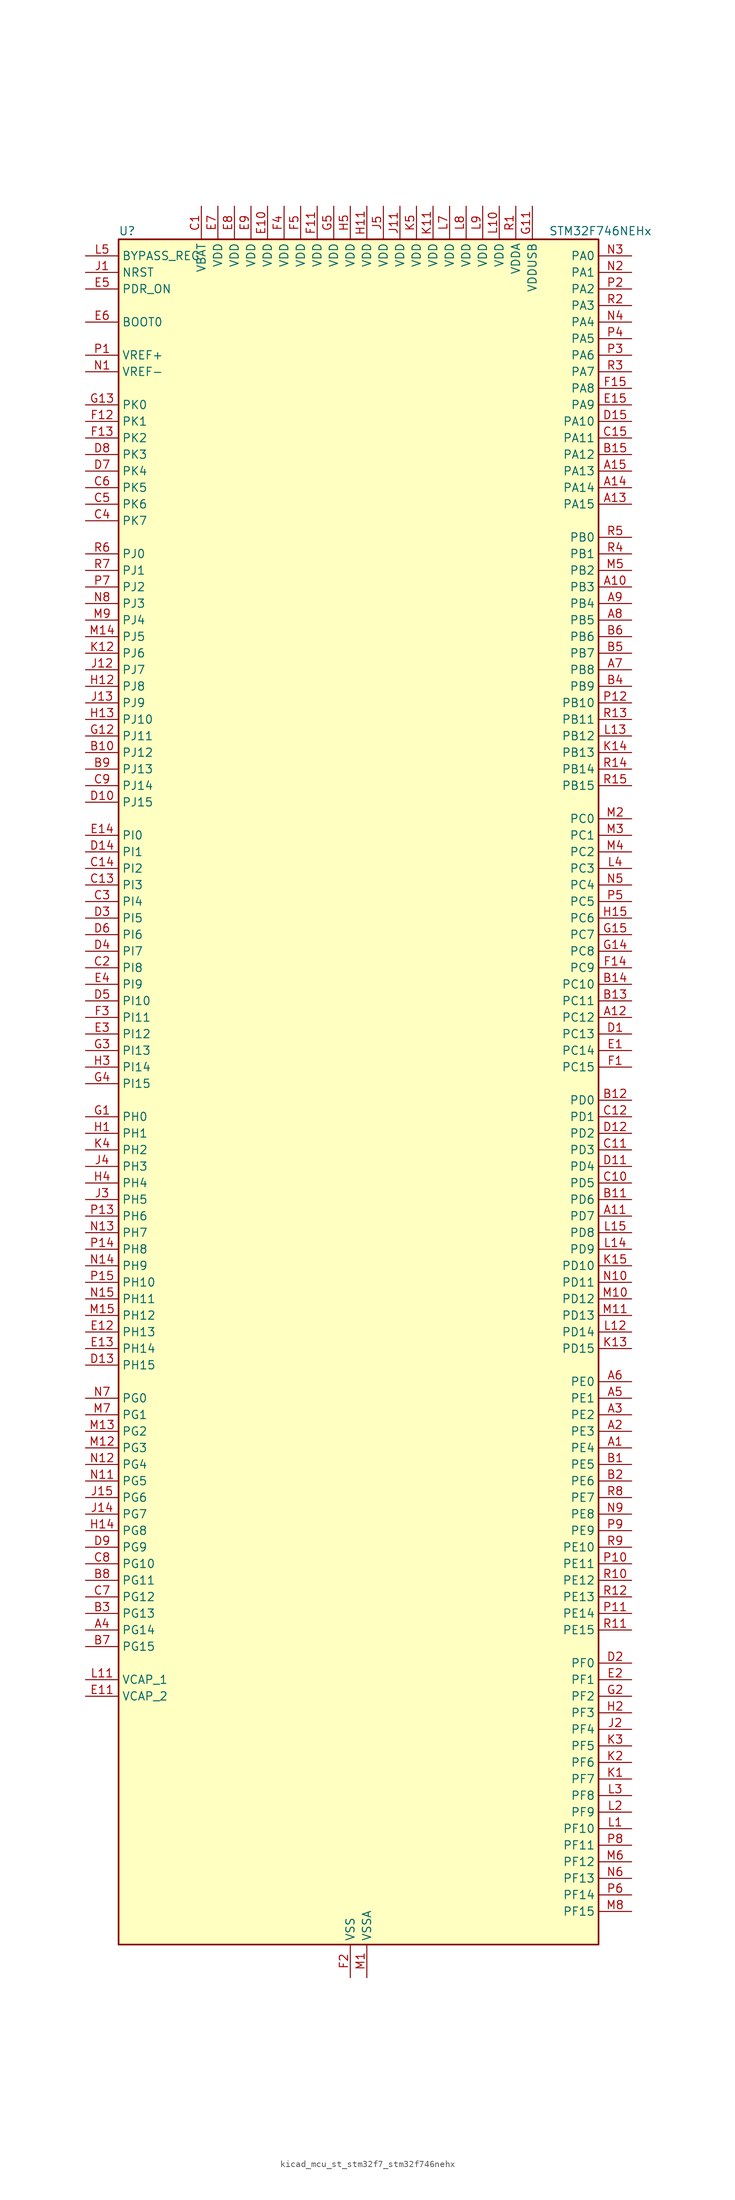
<source format=kicad_sym>
(kicad_symbol_lib
  (version 20220914)
  (generator kicad_symbol_editor)
  (symbol "kicad_mcu_st_stm32f7_stm32f746nehx"
    (property "Reference" "U"
      (at -35.56 133.35 0)
      (effects (font (size 1.27 1.27)) (justify left)))
    (property "Value" "STM32F746NEHx"
      (at 30.48 133.35 0)
      (effects (font (size 1.27 1.27)) (justify left)))
    (property "ki_locked" ""
      (at 0 0 0)
      (effects (font (size 1.27 1.27))))
    (symbol "kicad_mcu_st_stm32f7_stm32f746nehx_0_1"
      (rectangle (start -35.56 -129.54) (end 38.1 132.08) (stroke (width 0.254) (type default)) (fill (type background))))
    (symbol "kicad_mcu_st_stm32f7_stm32f746nehx_1_1"
      (pin bidirectional line (at 43.18 -53.34 180) (length 5.08) (name "PE4" (effects (font (size 1.27 1.27)))) (number "A1" (effects (font (size 1.27 1.27)))) (alternate "DCMI_D4" bidirectional line) (alternate "FMC_A20" bidirectional line) (alternate "LTDC_B0" bidirectional line) (alternate "SAI1_FS_A" bidirectional line) (alternate "SPI4_NSS" bidirectional line) (alternate "SYS_TRACED1" bidirectional line))
      (pin bidirectional line (at 43.18 78.74 180) (length 5.08) (name "PB3" (effects (font (size 1.27 1.27)))) (number "A10" (effects (font (size 1.27 1.27)))) (alternate "I2S1_CK" bidirectional line) (alternate "I2S3_CK" bidirectional line) (alternate "SPI1_SCK" bidirectional line) (alternate "SPI3_SCK" bidirectional line) (alternate "SYS_JTDO-SWO" bidirectional line) (alternate "TIM2_CH2" bidirectional line))
      (pin bidirectional line (at 43.18 -17.78 180) (length 5.08) (name "PD7" (effects (font (size 1.27 1.27)))) (number "A11" (effects (font (size 1.27 1.27)))) (alternate "FMC_NE1" bidirectional line) (alternate "SPDIFRX_IN0" bidirectional line) (alternate "USART2_CK" bidirectional line))
      (pin bidirectional line (at 43.18 12.7 180) (length 5.08) (name "PC12" (effects (font (size 1.27 1.27)))) (number "A12" (effects (font (size 1.27 1.27)))) (alternate "DCMI_D9" bidirectional line) (alternate "I2S3_SD" bidirectional line) (alternate "SDMMC1_CK" bidirectional line) (alternate "SPI3_MOSI" bidirectional line) (alternate "SYS_TRACED3" bidirectional line) (alternate "UART5_TX" bidirectional line) (alternate "USART3_CK" bidirectional line))
      (pin bidirectional line (at 43.18 91.44 180) (length 5.08) (name "PA15" (effects (font (size 1.27 1.27)))) (number "A13" (effects (font (size 1.27 1.27)))) (alternate "CEC" bidirectional line) (alternate "I2S1_WS" bidirectional line) (alternate "I2S3_WS" bidirectional line) (alternate "SPI1_NSS" bidirectional line) (alternate "SPI3_NSS" bidirectional line) (alternate "SYS_JTDI" bidirectional line) (alternate "TIM2_CH1" bidirectional line) (alternate "TIM2_ETR" bidirectional line) (alternate "UART4_DE" bidirectional line) (alternate "UART4_RTS" bidirectional line))
      (pin bidirectional line (at 43.18 93.98 180) (length 5.08) (name "PA14" (effects (font (size 1.27 1.27)))) (number "A14" (effects (font (size 1.27 1.27)))) (alternate "SYS_JTCK-SWCLK" bidirectional line))
      (pin bidirectional line (at 43.18 96.52 180) (length 5.08) (name "PA13" (effects (font (size 1.27 1.27)))) (number "A15" (effects (font (size 1.27 1.27)))) (alternate "SYS_JTMS-SWDIO" bidirectional line))
      (pin bidirectional line (at 43.18 -50.8 180) (length 5.08) (name "PE3" (effects (font (size 1.27 1.27)))) (number "A2" (effects (font (size 1.27 1.27)))) (alternate "FMC_A19" bidirectional line) (alternate "SAI1_SD_B" bidirectional line) (alternate "SYS_TRACED0" bidirectional line))
      (pin bidirectional line (at 43.18 -48.26 180) (length 5.08) (name "PE2" (effects (font (size 1.27 1.27)))) (number "A3" (effects (font (size 1.27 1.27)))) (alternate "ETH_TXD3" bidirectional line) (alternate "FMC_A23" bidirectional line) (alternate "QUADSPI_BK1_IO2" bidirectional line) (alternate "SAI1_MCLK_A" bidirectional line) (alternate "SPI4_SCK" bidirectional line) (alternate "SYS_TRACECLK" bidirectional line))
      (pin bidirectional line (at -40.64 -81.28 0) (length 5.08) (name "PG14" (effects (font (size 1.27 1.27)))) (number "A4" (effects (font (size 1.27 1.27)))) (alternate "ETH_TXD1" bidirectional line) (alternate "FMC_A25" bidirectional line) (alternate "LPTIM1_ETR" bidirectional line) (alternate "LTDC_B0" bidirectional line) (alternate "QUADSPI_BK2_IO3" bidirectional line) (alternate "SPI6_MOSI" bidirectional line) (alternate "SYS_TRACED1" bidirectional line) (alternate "USART6_TX" bidirectional line))
      (pin bidirectional line (at 43.18 -45.72 180) (length 5.08) (name "PE1" (effects (font (size 1.27 1.27)))) (number "A5" (effects (font (size 1.27 1.27)))) (alternate "DCMI_D3" bidirectional line) (alternate "FMC_NBL1" bidirectional line) (alternate "LPTIM1_IN2" bidirectional line) (alternate "UART8_TX" bidirectional line))
      (pin bidirectional line (at 43.18 -43.18 180) (length 5.08) (name "PE0" (effects (font (size 1.27 1.27)))) (number "A6" (effects (font (size 1.27 1.27)))) (alternate "DCMI_D2" bidirectional line) (alternate "FMC_NBL0" bidirectional line) (alternate "LPTIM1_ETR" bidirectional line) (alternate "SAI2_MCLK_A" bidirectional line) (alternate "TIM4_ETR" bidirectional line) (alternate "UART8_RX" bidirectional line))
      (pin bidirectional line (at 43.18 66.04 180) (length 5.08) (name "PB8" (effects (font (size 1.27 1.27)))) (number "A7" (effects (font (size 1.27 1.27)))) (alternate "CAN1_RX" bidirectional line) (alternate "DCMI_D6" bidirectional line) (alternate "ETH_TXD3" bidirectional line) (alternate "I2C1_SCL" bidirectional line) (alternate "LTDC_B6" bidirectional line) (alternate "SDMMC1_D4" bidirectional line) (alternate "TIM10_CH1" bidirectional line) (alternate "TIM4_CH3" bidirectional line))
      (pin bidirectional line (at 43.18 73.66 180) (length 5.08) (name "PB5" (effects (font (size 1.27 1.27)))) (number "A8" (effects (font (size 1.27 1.27)))) (alternate "CAN2_RX" bidirectional line) (alternate "DCMI_D10" bidirectional line) (alternate "ETH_PPS_OUT" bidirectional line) (alternate "FMC_SDCKE1" bidirectional line) (alternate "I2C1_SMBA" bidirectional line) (alternate "I2S1_SD" bidirectional line) (alternate "I2S3_SD" bidirectional line) (alternate "SPI1_MOSI" bidirectional line) (alternate "SPI3_MOSI" bidirectional line) (alternate "TIM3_CH2" bidirectional line) (alternate "USB_OTG_HS_ULPI_D7" bidirectional line))
      (pin bidirectional line (at 43.18 76.2 180) (length 5.08) (name "PB4" (effects (font (size 1.27 1.27)))) (number "A9" (effects (font (size 1.27 1.27)))) (alternate "I2S2_WS" bidirectional line) (alternate "SPI1_MISO" bidirectional line) (alternate "SPI2_NSS" bidirectional line) (alternate "SPI3_MISO" bidirectional line) (alternate "SYS_JTRST" bidirectional line) (alternate "TIM3_CH1" bidirectional line))
      (pin bidirectional line (at 43.18 -55.88 180) (length 5.08) (name "PE5" (effects (font (size 1.27 1.27)))) (number "B1" (effects (font (size 1.27 1.27)))) (alternate "DCMI_D6" bidirectional line) (alternate "FMC_A21" bidirectional line) (alternate "LTDC_G0" bidirectional line) (alternate "SAI1_SCK_A" bidirectional line) (alternate "SPI4_MISO" bidirectional line) (alternate "SYS_TRACED2" bidirectional line) (alternate "TIM9_CH1" bidirectional line))
      (pin bidirectional line (at -40.64 53.34 0) (length 5.08) (name "PJ12" (effects (font (size 1.27 1.27)))) (number "B10" (effects (font (size 1.27 1.27)))) (alternate "LTDC_B0" bidirectional line))
      (pin bidirectional line (at 43.18 -15.24 180) (length 5.08) (name "PD6" (effects (font (size 1.27 1.27)))) (number "B11" (effects (font (size 1.27 1.27)))) (alternate "DCMI_D10" bidirectional line) (alternate "FMC_NWAIT" bidirectional line) (alternate "I2S3_SD" bidirectional line) (alternate "LTDC_B2" bidirectional line) (alternate "SAI1_SD_A" bidirectional line) (alternate "SPI3_MOSI" bidirectional line) (alternate "USART2_RX" bidirectional line))
      (pin bidirectional line (at 43.18 0 180) (length 5.08) (name "PD0" (effects (font (size 1.27 1.27)))) (number "B12" (effects (font (size 1.27 1.27)))) (alternate "CAN1_RX" bidirectional line) (alternate "FMC_D2" bidirectional line) (alternate "FMC_DA2" bidirectional line))
      (pin bidirectional line (at 43.18 15.24 180) (length 5.08) (name "PC11" (effects (font (size 1.27 1.27)))) (number "B13" (effects (font (size 1.27 1.27)))) (alternate "ADC1_EXTI11" bidirectional line) (alternate "ADC2_EXTI11" bidirectional line) (alternate "ADC3_EXTI11" bidirectional line) (alternate "DCMI_D4" bidirectional line) (alternate "QUADSPI_BK2_NCS" bidirectional line) (alternate "SDMMC1_D3" bidirectional line) (alternate "SPI3_MISO" bidirectional line) (alternate "UART4_RX" bidirectional line) (alternate "USART3_RX" bidirectional line))
      (pin bidirectional line (at 43.18 17.78 180) (length 5.08) (name "PC10" (effects (font (size 1.27 1.27)))) (number "B14" (effects (font (size 1.27 1.27)))) (alternate "DCMI_D8" bidirectional line) (alternate "I2S3_CK" bidirectional line) (alternate "LTDC_R2" bidirectional line) (alternate "QUADSPI_BK1_IO1" bidirectional line) (alternate "SDMMC1_D2" bidirectional line) (alternate "SPI3_SCK" bidirectional line) (alternate "UART4_TX" bidirectional line) (alternate "USART3_TX" bidirectional line))
      (pin bidirectional line (at 43.18 99.06 180) (length 5.08) (name "PA12" (effects (font (size 1.27 1.27)))) (number "B15" (effects (font (size 1.27 1.27)))) (alternate "CAN1_TX" bidirectional line) (alternate "LTDC_R5" bidirectional line) (alternate "SAI2_FS_B" bidirectional line) (alternate "TIM1_ETR" bidirectional line) (alternate "USART1_DE" bidirectional line) (alternate "USART1_RTS" bidirectional line) (alternate "USB_OTG_FS_DP" bidirectional line))
      (pin bidirectional line (at 43.18 -58.42 180) (length 5.08) (name "PE6" (effects (font (size 1.27 1.27)))) (number "B2" (effects (font (size 1.27 1.27)))) (alternate "DCMI_D7" bidirectional line) (alternate "FMC_A22" bidirectional line) (alternate "LTDC_G1" bidirectional line) (alternate "SAI1_SD_A" bidirectional line) (alternate "SAI2_MCLK_B" bidirectional line) (alternate "SPI4_MOSI" bidirectional line) (alternate "SYS_TRACED3" bidirectional line) (alternate "TIM1_BKIN2" bidirectional line) (alternate "TIM9_CH2" bidirectional line))
      (pin bidirectional line (at -40.64 -78.74 0) (length 5.08) (name "PG13" (effects (font (size 1.27 1.27)))) (number "B3" (effects (font (size 1.27 1.27)))) (alternate "ETH_TXD0" bidirectional line) (alternate "FMC_A24" bidirectional line) (alternate "LPTIM1_OUT" bidirectional line) (alternate "LTDC_R0" bidirectional line) (alternate "SPI6_SCK" bidirectional line) (alternate "SYS_TRACED0" bidirectional line) (alternate "USART6_CTS" bidirectional line))
      (pin bidirectional line (at 43.18 63.5 180) (length 5.08) (name "PB9" (effects (font (size 1.27 1.27)))) (number "B4" (effects (font (size 1.27 1.27)))) (alternate "CAN1_TX" bidirectional line) (alternate "DAC_EXTI9" bidirectional line) (alternate "DCMI_D7" bidirectional line) (alternate "I2C1_SDA" bidirectional line) (alternate "I2S2_WS" bidirectional line) (alternate "LTDC_B7" bidirectional line) (alternate "SDMMC1_D5" bidirectional line) (alternate "SPI2_NSS" bidirectional line) (alternate "TIM11_CH1" bidirectional line) (alternate "TIM4_CH4" bidirectional line))
      (pin bidirectional line (at 43.18 68.58 180) (length 5.08) (name "PB7" (effects (font (size 1.27 1.27)))) (number "B5" (effects (font (size 1.27 1.27)))) (alternate "DCMI_VSYNC" bidirectional line) (alternate "FMC_NL" bidirectional line) (alternate "I2C1_SDA" bidirectional line) (alternate "TIM4_CH2" bidirectional line) (alternate "USART1_RX" bidirectional line))
      (pin bidirectional line (at 43.18 71.12 180) (length 5.08) (name "PB6" (effects (font (size 1.27 1.27)))) (number "B6" (effects (font (size 1.27 1.27)))) (alternate "CAN2_TX" bidirectional line) (alternate "CEC" bidirectional line) (alternate "DCMI_D5" bidirectional line) (alternate "FMC_SDNE1" bidirectional line) (alternate "I2C1_SCL" bidirectional line) (alternate "QUADSPI_BK1_NCS" bidirectional line) (alternate "TIM4_CH1" bidirectional line) (alternate "USART1_TX" bidirectional line))
      (pin bidirectional line (at -40.64 -83.82 0) (length 5.08) (name "PG15" (effects (font (size 1.27 1.27)))) (number "B7" (effects (font (size 1.27 1.27)))) (alternate "DCMI_D13" bidirectional line) (alternate "FMC_SDNCAS" bidirectional line) (alternate "USART6_CTS" bidirectional line))
      (pin bidirectional line (at -40.64 -73.66 0) (length 5.08) (name "PG11" (effects (font (size 1.27 1.27)))) (number "B8" (effects (font (size 1.27 1.27)))) (alternate "ADC1_EXTI11" bidirectional line) (alternate "ADC2_EXTI11" bidirectional line) (alternate "ADC3_EXTI11" bidirectional line) (alternate "DCMI_D3" bidirectional line) (alternate "ETH_TX_EN" bidirectional line) (alternate "LTDC_B3" bidirectional line) (alternate "SPDIFRX_IN0" bidirectional line))
      (pin bidirectional line (at -40.64 50.8 0) (length 5.08) (name "PJ13" (effects (font (size 1.27 1.27)))) (number "B9" (effects (font (size 1.27 1.27)))) (alternate "LTDC_B1" bidirectional line))
      (pin power_in line (at -22.86 137.16 270) (length 5.08) (name "VBAT" (effects (font (size 1.27 1.27)))) (number "C1" (effects (font (size 1.27 1.27)))))
      (pin bidirectional line (at 43.18 -12.7 180) (length 5.08) (name "PD5" (effects (font (size 1.27 1.27)))) (number "C10" (effects (font (size 1.27 1.27)))) (alternate "FMC_NWE" bidirectional line) (alternate "USART2_TX" bidirectional line))
      (pin bidirectional line (at 43.18 -7.62 180) (length 5.08) (name "PD3" (effects (font (size 1.27 1.27)))) (number "C11" (effects (font (size 1.27 1.27)))) (alternate "DCMI_D5" bidirectional line) (alternate "FMC_CLK" bidirectional line) (alternate "I2S2_CK" bidirectional line) (alternate "LTDC_G7" bidirectional line) (alternate "SPI2_SCK" bidirectional line) (alternate "USART2_CTS" bidirectional line))
      (pin bidirectional line (at 43.18 -2.54 180) (length 5.08) (name "PD1" (effects (font (size 1.27 1.27)))) (number "C12" (effects (font (size 1.27 1.27)))) (alternate "CAN1_TX" bidirectional line) (alternate "FMC_D3" bidirectional line) (alternate "FMC_DA3" bidirectional line))
      (pin bidirectional line (at -40.64 33.02 0) (length 5.08) (name "PI3" (effects (font (size 1.27 1.27)))) (number "C13" (effects (font (size 1.27 1.27)))) (alternate "DCMI_D10" bidirectional line) (alternate "FMC_D27" bidirectional line) (alternate "I2S2_SD" bidirectional line) (alternate "SPI2_MOSI" bidirectional line) (alternate "TIM8_ETR" bidirectional line))
      (pin bidirectional line (at -40.64 35.56 0) (length 5.08) (name "PI2" (effects (font (size 1.27 1.27)))) (number "C14" (effects (font (size 1.27 1.27)))) (alternate "DCMI_D9" bidirectional line) (alternate "FMC_D26" bidirectional line) (alternate "LTDC_G7" bidirectional line) (alternate "SPI2_MISO" bidirectional line) (alternate "TIM8_CH4" bidirectional line))
      (pin bidirectional line (at 43.18 101.6 180) (length 5.08) (name "PA11" (effects (font (size 1.27 1.27)))) (number "C15" (effects (font (size 1.27 1.27)))) (alternate "ADC1_EXTI11" bidirectional line) (alternate "ADC2_EXTI11" bidirectional line) (alternate "ADC3_EXTI11" bidirectional line) (alternate "CAN1_RX" bidirectional line) (alternate "LTDC_R4" bidirectional line) (alternate "TIM1_CH4" bidirectional line) (alternate "USART1_CTS" bidirectional line) (alternate "USB_OTG_FS_DM" bidirectional line))
      (pin bidirectional line (at -40.64 20.32 0) (length 5.08) (name "PI8" (effects (font (size 1.27 1.27)))) (number "C2" (effects (font (size 1.27 1.27)))) (alternate "RTC_TAMP2" bidirectional line) (alternate "RTC_TS" bidirectional line) (alternate "SYS_WKUP5" bidirectional line))
      (pin bidirectional line (at -40.64 30.48 0) (length 5.08) (name "PI4" (effects (font (size 1.27 1.27)))) (number "C3" (effects (font (size 1.27 1.27)))) (alternate "DCMI_D5" bidirectional line) (alternate "FMC_NBL2" bidirectional line) (alternate "LTDC_B4" bidirectional line) (alternate "SAI2_MCLK_A" bidirectional line) (alternate "TIM8_BKIN" bidirectional line))
      (pin bidirectional line (at -40.64 88.9 0) (length 5.08) (name "PK7" (effects (font (size 1.27 1.27)))) (number "C4" (effects (font (size 1.27 1.27)))) (alternate "LTDC_DE" bidirectional line))
      (pin bidirectional line (at -40.64 91.44 0) (length 5.08) (name "PK6" (effects (font (size 1.27 1.27)))) (number "C5" (effects (font (size 1.27 1.27)))) (alternate "LTDC_B7" bidirectional line))
      (pin bidirectional line (at -40.64 93.98 0) (length 5.08) (name "PK5" (effects (font (size 1.27 1.27)))) (number "C6" (effects (font (size 1.27 1.27)))) (alternate "LTDC_B6" bidirectional line))
      (pin bidirectional line (at -40.64 -76.2 0) (length 5.08) (name "PG12" (effects (font (size 1.27 1.27)))) (number "C7" (effects (font (size 1.27 1.27)))) (alternate "FMC_NE4" bidirectional line) (alternate "LPTIM1_IN1" bidirectional line) (alternate "LTDC_B1" bidirectional line) (alternate "LTDC_B4" bidirectional line) (alternate "SPDIFRX_IN1" bidirectional line) (alternate "SPI6_MISO" bidirectional line) (alternate "USART6_DE" bidirectional line) (alternate "USART6_RTS" bidirectional line))
      (pin bidirectional line (at -40.64 -71.12 0) (length 5.08) (name "PG10" (effects (font (size 1.27 1.27)))) (number "C8" (effects (font (size 1.27 1.27)))) (alternate "DCMI_D2" bidirectional line) (alternate "FMC_NE3" bidirectional line) (alternate "LTDC_B2" bidirectional line) (alternate "LTDC_G3" bidirectional line) (alternate "SAI2_SD_B" bidirectional line))
      (pin bidirectional line (at -40.64 48.26 0) (length 5.08) (name "PJ14" (effects (font (size 1.27 1.27)))) (number "C9" (effects (font (size 1.27 1.27)))) (alternate "LTDC_B2" bidirectional line))
      (pin bidirectional line (at 43.18 10.16 180) (length 5.08) (name "PC13" (effects (font (size 1.27 1.27)))) (number "D1" (effects (font (size 1.27 1.27)))) (alternate "RTC_OUT" bidirectional line) (alternate "RTC_TAMP1" bidirectional line) (alternate "RTC_TS" bidirectional line) (alternate "SYS_WKUP4" bidirectional line))
      (pin bidirectional line (at -40.64 45.72 0) (length 5.08) (name "PJ15" (effects (font (size 1.27 1.27)))) (number "D10" (effects (font (size 1.27 1.27)))) (alternate "LTDC_B3" bidirectional line))
      (pin bidirectional line (at 43.18 -10.16 180) (length 5.08) (name "PD4" (effects (font (size 1.27 1.27)))) (number "D11" (effects (font (size 1.27 1.27)))) (alternate "FMC_NOE" bidirectional line) (alternate "USART2_DE" bidirectional line) (alternate "USART2_RTS" bidirectional line))
      (pin bidirectional line (at 43.18 -5.08 180) (length 5.08) (name "PD2" (effects (font (size 1.27 1.27)))) (number "D12" (effects (font (size 1.27 1.27)))) (alternate "DCMI_D11" bidirectional line) (alternate "SDMMC1_CMD" bidirectional line) (alternate "SYS_TRACED2" bidirectional line) (alternate "TIM3_ETR" bidirectional line) (alternate "UART5_RX" bidirectional line))
      (pin bidirectional line (at -40.64 -40.64 0) (length 5.08) (name "PH15" (effects (font (size 1.27 1.27)))) (number "D13" (effects (font (size 1.27 1.27)))) (alternate "DCMI_D11" bidirectional line) (alternate "FMC_D23" bidirectional line) (alternate "LTDC_G4" bidirectional line) (alternate "TIM8_CH3N" bidirectional line))
      (pin bidirectional line (at -40.64 38.1 0) (length 5.08) (name "PI1" (effects (font (size 1.27 1.27)))) (number "D14" (effects (font (size 1.27 1.27)))) (alternate "DCMI_D8" bidirectional line) (alternate "FMC_D25" bidirectional line) (alternate "I2S2_CK" bidirectional line) (alternate "LTDC_G6" bidirectional line) (alternate "SPI2_SCK" bidirectional line) (alternate "TIM8_BKIN2" bidirectional line))
      (pin bidirectional line (at 43.18 104.14 180) (length 5.08) (name "PA10" (effects (font (size 1.27 1.27)))) (number "D15" (effects (font (size 1.27 1.27)))) (alternate "DCMI_D1" bidirectional line) (alternate "TIM1_CH3" bidirectional line) (alternate "USART1_RX" bidirectional line) (alternate "USB_OTG_FS_ID" bidirectional line))
      (pin bidirectional line (at 43.18 -86.36 180) (length 5.08) (name "PF0" (effects (font (size 1.27 1.27)))) (number "D2" (effects (font (size 1.27 1.27)))) (alternate "FMC_A0" bidirectional line) (alternate "I2C2_SDA" bidirectional line))
      (pin bidirectional line (at -40.64 27.94 0) (length 5.08) (name "PI5" (effects (font (size 1.27 1.27)))) (number "D3" (effects (font (size 1.27 1.27)))) (alternate "DCMI_VSYNC" bidirectional line) (alternate "FMC_NBL3" bidirectional line) (alternate "LTDC_B5" bidirectional line) (alternate "SAI2_SCK_A" bidirectional line) (alternate "TIM8_CH1" bidirectional line))
      (pin bidirectional line (at -40.64 22.86 0) (length 5.08) (name "PI7" (effects (font (size 1.27 1.27)))) (number "D4" (effects (font (size 1.27 1.27)))) (alternate "DCMI_D7" bidirectional line) (alternate "FMC_D29" bidirectional line) (alternate "LTDC_B7" bidirectional line) (alternate "SAI2_FS_A" bidirectional line) (alternate "TIM8_CH3" bidirectional line))
      (pin bidirectional line (at -40.64 15.24 0) (length 5.08) (name "PI10" (effects (font (size 1.27 1.27)))) (number "D5" (effects (font (size 1.27 1.27)))) (alternate "ETH_RX_ER" bidirectional line) (alternate "FMC_D31" bidirectional line) (alternate "LTDC_HSYNC" bidirectional line))
      (pin bidirectional line (at -40.64 25.4 0) (length 5.08) (name "PI6" (effects (font (size 1.27 1.27)))) (number "D6" (effects (font (size 1.27 1.27)))) (alternate "DCMI_D6" bidirectional line) (alternate "FMC_D28" bidirectional line) (alternate "LTDC_B6" bidirectional line) (alternate "SAI2_SD_A" bidirectional line) (alternate "TIM8_CH2" bidirectional line))
      (pin bidirectional line (at -40.64 96.52 0) (length 5.08) (name "PK4" (effects (font (size 1.27 1.27)))) (number "D7" (effects (font (size 1.27 1.27)))) (alternate "LTDC_B5" bidirectional line))
      (pin bidirectional line (at -40.64 99.06 0) (length 5.08) (name "PK3" (effects (font (size 1.27 1.27)))) (number "D8" (effects (font (size 1.27 1.27)))) (alternate "LTDC_B4" bidirectional line))
      (pin bidirectional line (at -40.64 -68.58 0) (length 5.08) (name "PG9" (effects (font (size 1.27 1.27)))) (number "D9" (effects (font (size 1.27 1.27)))) (alternate "DAC_EXTI9" bidirectional line) (alternate "DCMI_VSYNC" bidirectional line) (alternate "FMC_NCE" bidirectional line) (alternate "FMC_NE2" bidirectional line) (alternate "QUADSPI_BK2_IO2" bidirectional line) (alternate "SAI2_FS_B" bidirectional line) (alternate "SPDIFRX_IN3" bidirectional line) (alternate "USART6_RX" bidirectional line))
      (pin bidirectional line (at 43.18 7.62 180) (length 5.08) (name "PC14" (effects (font (size 1.27 1.27)))) (number "E1" (effects (font (size 1.27 1.27)))) (alternate "RCC_OSC32_IN" bidirectional line))
      (pin power_in line (at -12.7 137.16 270) (length 5.08) (name "VDD" (effects (font (size 1.27 1.27)))) (number "E10" (effects (font (size 1.27 1.27)))))
      (pin power_out line (at -40.64 -91.44 0) (length 5.08) (name "VCAP_2" (effects (font (size 1.27 1.27)))) (number "E11" (effects (font (size 1.27 1.27)))))
      (pin bidirectional line (at -40.64 -35.56 0) (length 5.08) (name "PH13" (effects (font (size 1.27 1.27)))) (number "E12" (effects (font (size 1.27 1.27)))) (alternate "CAN1_TX" bidirectional line) (alternate "FMC_D21" bidirectional line) (alternate "LTDC_G2" bidirectional line) (alternate "TIM8_CH1N" bidirectional line))
      (pin bidirectional line (at -40.64 -38.1 0) (length 5.08) (name "PH14" (effects (font (size 1.27 1.27)))) (number "E13" (effects (font (size 1.27 1.27)))) (alternate "DCMI_D4" bidirectional line) (alternate "FMC_D22" bidirectional line) (alternate "LTDC_G3" bidirectional line) (alternate "TIM8_CH2N" bidirectional line))
      (pin bidirectional line (at -40.64 40.64 0) (length 5.08) (name "PI0" (effects (font (size 1.27 1.27)))) (number "E14" (effects (font (size 1.27 1.27)))) (alternate "DCMI_D13" bidirectional line) (alternate "FMC_D24" bidirectional line) (alternate "I2S2_WS" bidirectional line) (alternate "LTDC_G5" bidirectional line) (alternate "SPI2_NSS" bidirectional line) (alternate "TIM5_CH4" bidirectional line))
      (pin bidirectional line (at 43.18 106.68 180) (length 5.08) (name "PA9" (effects (font (size 1.27 1.27)))) (number "E15" (effects (font (size 1.27 1.27)))) (alternate "DAC_EXTI9" bidirectional line) (alternate "DCMI_D0" bidirectional line) (alternate "I2C3_SMBA" bidirectional line) (alternate "I2S2_CK" bidirectional line) (alternate "SPI2_SCK" bidirectional line) (alternate "TIM1_CH2" bidirectional line) (alternate "USART1_TX" bidirectional line) (alternate "USB_OTG_FS_VBUS" bidirectional line))
      (pin bidirectional line (at 43.18 -88.9 180) (length 5.08) (name "PF1" (effects (font (size 1.27 1.27)))) (number "E2" (effects (font (size 1.27 1.27)))) (alternate "FMC_A1" bidirectional line) (alternate "I2C2_SCL" bidirectional line))
      (pin bidirectional line (at -40.64 10.16 0) (length 5.08) (name "PI12" (effects (font (size 1.27 1.27)))) (number "E3" (effects (font (size 1.27 1.27)))) (alternate "LTDC_HSYNC" bidirectional line))
      (pin bidirectional line (at -40.64 17.78 0) (length 5.08) (name "PI9" (effects (font (size 1.27 1.27)))) (number "E4" (effects (font (size 1.27 1.27)))) (alternate "CAN1_RX" bidirectional line) (alternate "DAC_EXTI9" bidirectional line) (alternate "FMC_D30" bidirectional line) (alternate "LTDC_VSYNC" bidirectional line))
      (pin input line (at -40.64 124.46 0) (length 5.08) (name "PDR_ON" (effects (font (size 1.27 1.27)))) (number "E5" (effects (font (size 1.27 1.27)))))
      (pin input line (at -40.64 119.38 0) (length 5.08) (name "BOOT0" (effects (font (size 1.27 1.27)))) (number "E6" (effects (font (size 1.27 1.27)))))
      (pin power_in line (at -20.32 137.16 270) (length 5.08) (name "VDD" (effects (font (size 1.27 1.27)))) (number "E7" (effects (font (size 1.27 1.27)))))
      (pin power_in line (at -17.78 137.16 270) (length 5.08) (name "VDD" (effects (font (size 1.27 1.27)))) (number "E8" (effects (font (size 1.27 1.27)))))
      (pin power_in line (at -15.24 137.16 270) (length 5.08) (name "VDD" (effects (font (size 1.27 1.27)))) (number "E9" (effects (font (size 1.27 1.27)))))
      (pin bidirectional line (at 43.18 5.08 180) (length 5.08) (name "PC15" (effects (font (size 1.27 1.27)))) (number "F1" (effects (font (size 1.27 1.27)))) (alternate "RCC_OSC32_OUT" bidirectional line))
      (pin passive line (at 0 -134.62 90) (length 5.08) hide (name "VSS" (effects (font (size 1.27 1.27)))) (number "F10" (effects (font (size 1.27 1.27)))))
      (pin power_in line (at -5.08 137.16 270) (length 5.08) (name "VDD" (effects (font (size 1.27 1.27)))) (number "F11" (effects (font (size 1.27 1.27)))))
      (pin bidirectional line (at -40.64 104.14 0) (length 5.08) (name "PK1" (effects (font (size 1.27 1.27)))) (number "F12" (effects (font (size 1.27 1.27)))) (alternate "LTDC_G6" bidirectional line))
      (pin bidirectional line (at -40.64 101.6 0) (length 5.08) (name "PK2" (effects (font (size 1.27 1.27)))) (number "F13" (effects (font (size 1.27 1.27)))) (alternate "LTDC_G7" bidirectional line))
      (pin bidirectional line (at 43.18 20.32 180) (length 5.08) (name "PC9" (effects (font (size 1.27 1.27)))) (number "F14" (effects (font (size 1.27 1.27)))) (alternate "DAC_EXTI9" bidirectional line) (alternate "DCMI_D3" bidirectional line) (alternate "I2C3_SDA" bidirectional line) (alternate "I2S_CKIN" bidirectional line) (alternate "QUADSPI_BK1_IO0" bidirectional line) (alternate "RCC_MCO_2" bidirectional line) (alternate "SDMMC1_D1" bidirectional line) (alternate "TIM3_CH4" bidirectional line) (alternate "TIM8_CH4" bidirectional line) (alternate "UART5_CTS" bidirectional line))
      (pin bidirectional line (at 43.18 109.22 180) (length 5.08) (name "PA8" (effects (font (size 1.27 1.27)))) (number "F15" (effects (font (size 1.27 1.27)))) (alternate "I2C3_SCL" bidirectional line) (alternate "LTDC_R6" bidirectional line) (alternate "RCC_MCO_1" bidirectional line) (alternate "TIM1_CH1" bidirectional line) (alternate "TIM8_BKIN2" bidirectional line) (alternate "USART1_CK" bidirectional line) (alternate "USB_OTG_FS_SOF" bidirectional line))
      (pin power_in line (at 0 -134.62 90) (length 5.08) (name "VSS" (effects (font (size 1.27 1.27)))) (number "F2" (effects (font (size 1.27 1.27)))))
      (pin bidirectional line (at -40.64 12.7 0) (length 5.08) (name "PI11" (effects (font (size 1.27 1.27)))) (number "F3" (effects (font (size 1.27 1.27)))) (alternate "ADC1_EXTI11" bidirectional line) (alternate "ADC2_EXTI11" bidirectional line) (alternate "ADC3_EXTI11" bidirectional line) (alternate "SYS_WKUP6" bidirectional line) (alternate "USB_OTG_HS_ULPI_DIR" bidirectional line))
      (pin power_in line (at -10.16 137.16 270) (length 5.08) (name "VDD" (effects (font (size 1.27 1.27)))) (number "F4" (effects (font (size 1.27 1.27)))))
      (pin power_in line (at -7.62 137.16 270) (length 5.08) (name "VDD" (effects (font (size 1.27 1.27)))) (number "F5" (effects (font (size 1.27 1.27)))))
      (pin passive line (at 0 -134.62 90) (length 5.08) hide (name "VSS" (effects (font (size 1.27 1.27)))) (number "F6" (effects (font (size 1.27 1.27)))))
      (pin passive line (at 0 -134.62 90) (length 5.08) hide (name "VSS" (effects (font (size 1.27 1.27)))) (number "F7" (effects (font (size 1.27 1.27)))))
      (pin passive line (at 0 -134.62 90) (length 5.08) hide (name "VSS" (effects (font (size 1.27 1.27)))) (number "F8" (effects (font (size 1.27 1.27)))))
      (pin passive line (at 0 -134.62 90) (length 5.08) hide (name "VSS" (effects (font (size 1.27 1.27)))) (number "F9" (effects (font (size 1.27 1.27)))))
      (pin bidirectional line (at -40.64 -2.54 0) (length 5.08) (name "PH0" (effects (font (size 1.27 1.27)))) (number "G1" (effects (font (size 1.27 1.27)))) (alternate "RCC_OSC_IN" bidirectional line))
      (pin passive line (at 0 -134.62 90) (length 5.08) hide (name "VSS" (effects (font (size 1.27 1.27)))) (number "G10" (effects (font (size 1.27 1.27)))))
      (pin power_in line (at 27.94 137.16 270) (length 5.08) (name "VDDUSB" (effects (font (size 1.27 1.27)))) (number "G11" (effects (font (size 1.27 1.27)))))
      (pin bidirectional line (at -40.64 55.88 0) (length 5.08) (name "PJ11" (effects (font (size 1.27 1.27)))) (number "G12" (effects (font (size 1.27 1.27)))) (alternate "ADC1_EXTI11" bidirectional line) (alternate "ADC2_EXTI11" bidirectional line) (alternate "ADC3_EXTI11" bidirectional line) (alternate "LTDC_G4" bidirectional line))
      (pin bidirectional line (at -40.64 106.68 0) (length 5.08) (name "PK0" (effects (font (size 1.27 1.27)))) (number "G13" (effects (font (size 1.27 1.27)))) (alternate "LTDC_G5" bidirectional line))
      (pin bidirectional line (at 43.18 22.86 180) (length 5.08) (name "PC8" (effects (font (size 1.27 1.27)))) (number "G14" (effects (font (size 1.27 1.27)))) (alternate "DCMI_D2" bidirectional line) (alternate "SDMMC1_D0" bidirectional line) (alternate "SYS_TRACED1" bidirectional line) (alternate "TIM3_CH3" bidirectional line) (alternate "TIM8_CH3" bidirectional line) (alternate "UART5_DE" bidirectional line) (alternate "UART5_RTS" bidirectional line) (alternate "USART6_CK" bidirectional line))
      (pin bidirectional line (at 43.18 25.4 180) (length 5.08) (name "PC7" (effects (font (size 1.27 1.27)))) (number "G15" (effects (font (size 1.27 1.27)))) (alternate "DCMI_D1" bidirectional line) (alternate "I2S3_MCK" bidirectional line) (alternate "LTDC_G6" bidirectional line) (alternate "SDMMC1_D7" bidirectional line) (alternate "TIM3_CH2" bidirectional line) (alternate "TIM8_CH2" bidirectional line) (alternate "USART6_RX" bidirectional line))
      (pin bidirectional line (at 43.18 -91.44 180) (length 5.08) (name "PF2" (effects (font (size 1.27 1.27)))) (number "G2" (effects (font (size 1.27 1.27)))) (alternate "FMC_A2" bidirectional line) (alternate "I2C2_SMBA" bidirectional line))
      (pin bidirectional line (at -40.64 7.62 0) (length 5.08) (name "PI13" (effects (font (size 1.27 1.27)))) (number "G3" (effects (font (size 1.27 1.27)))) (alternate "LTDC_VSYNC" bidirectional line))
      (pin bidirectional line (at -40.64 2.54 0) (length 5.08) (name "PI15" (effects (font (size 1.27 1.27)))) (number "G4" (effects (font (size 1.27 1.27)))) (alternate "LTDC_R0" bidirectional line))
      (pin power_in line (at -2.54 137.16 270) (length 5.08) (name "VDD" (effects (font (size 1.27 1.27)))) (number "G5" (effects (font (size 1.27 1.27)))))
      (pin passive line (at 0 -134.62 90) (length 5.08) hide (name "VSS" (effects (font (size 1.27 1.27)))) (number "G6" (effects (font (size 1.27 1.27)))))
      (pin bidirectional line (at -40.64 -5.08 0) (length 5.08) (name "PH1" (effects (font (size 1.27 1.27)))) (number "H1" (effects (font (size 1.27 1.27)))) (alternate "RCC_OSC_OUT" bidirectional line))
      (pin passive line (at 0 -134.62 90) (length 5.08) hide (name "VSS" (effects (font (size 1.27 1.27)))) (number "H10" (effects (font (size 1.27 1.27)))))
      (pin power_in line (at 2.54 137.16 270) (length 5.08) (name "VDD" (effects (font (size 1.27 1.27)))) (number "H11" (effects (font (size 1.27 1.27)))))
      (pin bidirectional line (at -40.64 63.5 0) (length 5.08) (name "PJ8" (effects (font (size 1.27 1.27)))) (number "H12" (effects (font (size 1.27 1.27)))) (alternate "LTDC_G1" bidirectional line))
      (pin bidirectional line (at -40.64 58.42 0) (length 5.08) (name "PJ10" (effects (font (size 1.27 1.27)))) (number "H13" (effects (font (size 1.27 1.27)))) (alternate "LTDC_G3" bidirectional line))
      (pin bidirectional line (at -40.64 -66.04 0) (length 5.08) (name "PG8" (effects (font (size 1.27 1.27)))) (number "H14" (effects (font (size 1.27 1.27)))) (alternate "ETH_PPS_OUT" bidirectional line) (alternate "FMC_SDCLK" bidirectional line) (alternate "SPDIFRX_IN2" bidirectional line) (alternate "SPI6_NSS" bidirectional line) (alternate "USART6_DE" bidirectional line) (alternate "USART6_RTS" bidirectional line))
      (pin bidirectional line (at 43.18 27.94 180) (length 5.08) (name "PC6" (effects (font (size 1.27 1.27)))) (number "H15" (effects (font (size 1.27 1.27)))) (alternate "DCMI_D0" bidirectional line) (alternate "I2S2_MCK" bidirectional line) (alternate "LTDC_HSYNC" bidirectional line) (alternate "SDMMC1_D6" bidirectional line) (alternate "TIM3_CH1" bidirectional line) (alternate "TIM8_CH1" bidirectional line) (alternate "USART6_TX" bidirectional line))
      (pin bidirectional line (at 43.18 -93.98 180) (length 5.08) (name "PF3" (effects (font (size 1.27 1.27)))) (number "H2" (effects (font (size 1.27 1.27)))) (alternate "ADC3_IN9" bidirectional line) (alternate "FMC_A3" bidirectional line))
      (pin bidirectional line (at -40.64 5.08 0) (length 5.08) (name "PI14" (effects (font (size 1.27 1.27)))) (number "H3" (effects (font (size 1.27 1.27)))) (alternate "LTDC_CLK" bidirectional line))
      (pin bidirectional line (at -40.64 -12.7 0) (length 5.08) (name "PH4" (effects (font (size 1.27 1.27)))) (number "H4" (effects (font (size 1.27 1.27)))) (alternate "I2C2_SCL" bidirectional line) (alternate "USB_OTG_HS_ULPI_NXT" bidirectional line))
      (pin power_in line (at 0 137.16 270) (length 5.08) (name "VDD" (effects (font (size 1.27 1.27)))) (number "H5" (effects (font (size 1.27 1.27)))))
      (pin passive line (at 0 -134.62 90) (length 5.08) hide (name "VSS" (effects (font (size 1.27 1.27)))) (number "H6" (effects (font (size 1.27 1.27)))))
      (pin input line (at -40.64 127 0) (length 5.08) (name "NRST" (effects (font (size 1.27 1.27)))) (number "J1" (effects (font (size 1.27 1.27)))))
      (pin passive line (at 0 -134.62 90) (length 5.08) hide (name "VSS" (effects (font (size 1.27 1.27)))) (number "J10" (effects (font (size 1.27 1.27)))))
      (pin power_in line (at 7.62 137.16 270) (length 5.08) (name "VDD" (effects (font (size 1.27 1.27)))) (number "J11" (effects (font (size 1.27 1.27)))))
      (pin bidirectional line (at -40.64 66.04 0) (length 5.08) (name "PJ7" (effects (font (size 1.27 1.27)))) (number "J12" (effects (font (size 1.27 1.27)))) (alternate "LTDC_G0" bidirectional line))
      (pin bidirectional line (at -40.64 60.96 0) (length 5.08) (name "PJ9" (effects (font (size 1.27 1.27)))) (number "J13" (effects (font (size 1.27 1.27)))) (alternate "DAC_EXTI9" bidirectional line) (alternate "LTDC_G2" bidirectional line))
      (pin bidirectional line (at -40.64 -63.5 0) (length 5.08) (name "PG7" (effects (font (size 1.27 1.27)))) (number "J14" (effects (font (size 1.27 1.27)))) (alternate "DCMI_D13" bidirectional line) (alternate "FMC_INT" bidirectional line) (alternate "LTDC_CLK" bidirectional line) (alternate "USART6_CK" bidirectional line))
      (pin bidirectional line (at -40.64 -60.96 0) (length 5.08) (name "PG6" (effects (font (size 1.27 1.27)))) (number "J15" (effects (font (size 1.27 1.27)))) (alternate "DCMI_D12" bidirectional line) (alternate "LTDC_R7" bidirectional line))
      (pin bidirectional line (at 43.18 -96.52 180) (length 5.08) (name "PF4" (effects (font (size 1.27 1.27)))) (number "J2" (effects (font (size 1.27 1.27)))) (alternate "ADC3_IN14" bidirectional line) (alternate "FMC_A4" bidirectional line))
      (pin bidirectional line (at -40.64 -15.24 0) (length 5.08) (name "PH5" (effects (font (size 1.27 1.27)))) (number "J3" (effects (font (size 1.27 1.27)))) (alternate "FMC_SDNWE" bidirectional line) (alternate "I2C2_SDA" bidirectional line) (alternate "SPI5_NSS" bidirectional line))
      (pin bidirectional line (at -40.64 -10.16 0) (length 5.08) (name "PH3" (effects (font (size 1.27 1.27)))) (number "J4" (effects (font (size 1.27 1.27)))) (alternate "ETH_COL" bidirectional line) (alternate "FMC_SDNE0" bidirectional line) (alternate "LTDC_R1" bidirectional line) (alternate "QUADSPI_BK2_IO1" bidirectional line) (alternate "SAI2_MCLK_B" bidirectional line))
      (pin power_in line (at 5.08 137.16 270) (length 5.08) (name "VDD" (effects (font (size 1.27 1.27)))) (number "J5" (effects (font (size 1.27 1.27)))))
      (pin passive line (at 0 -134.62 90) (length 5.08) hide (name "VSS" (effects (font (size 1.27 1.27)))) (number "J6" (effects (font (size 1.27 1.27)))))
      (pin bidirectional line (at 43.18 -104.14 180) (length 5.08) (name "PF7" (effects (font (size 1.27 1.27)))) (number "K1" (effects (font (size 1.27 1.27)))) (alternate "ADC3_IN5" bidirectional line) (alternate "QUADSPI_BK1_IO2" bidirectional line) (alternate "SAI1_MCLK_B" bidirectional line) (alternate "SPI5_SCK" bidirectional line) (alternate "TIM11_CH1" bidirectional line) (alternate "UART7_TX" bidirectional line))
      (pin passive line (at 0 -134.62 90) (length 5.08) hide (name "VSS" (effects (font (size 1.27 1.27)))) (number "K10" (effects (font (size 1.27 1.27)))))
      (pin power_in line (at 12.7 137.16 270) (length 5.08) (name "VDD" (effects (font (size 1.27 1.27)))) (number "K11" (effects (font (size 1.27 1.27)))))
      (pin bidirectional line (at -40.64 68.58 0) (length 5.08) (name "PJ6" (effects (font (size 1.27 1.27)))) (number "K12" (effects (font (size 1.27 1.27)))) (alternate "LTDC_R7" bidirectional line))
      (pin bidirectional line (at 43.18 -38.1 180) (length 5.08) (name "PD15" (effects (font (size 1.27 1.27)))) (number "K13" (effects (font (size 1.27 1.27)))) (alternate "FMC_D1" bidirectional line) (alternate "FMC_DA1" bidirectional line) (alternate "TIM4_CH4" bidirectional line) (alternate "UART8_DE" bidirectional line) (alternate "UART8_RTS" bidirectional line))
      (pin bidirectional line (at 43.18 53.34 180) (length 5.08) (name "PB13" (effects (font (size 1.27 1.27)))) (number "K14" (effects (font (size 1.27 1.27)))) (alternate "CAN2_TX" bidirectional line) (alternate "ETH_TXD1" bidirectional line) (alternate "I2S2_CK" bidirectional line) (alternate "SPI2_SCK" bidirectional line) (alternate "TIM1_CH1N" bidirectional line) (alternate "USART3_CTS" bidirectional line) (alternate "USB_OTG_HS_ULPI_D6" bidirectional line) (alternate "USB_OTG_HS_VBUS" bidirectional line))
      (pin bidirectional line (at 43.18 -25.4 180) (length 5.08) (name "PD10" (effects (font (size 1.27 1.27)))) (number "K15" (effects (font (size 1.27 1.27)))) (alternate "FMC_D15" bidirectional line) (alternate "FMC_DA15" bidirectional line) (alternate "LTDC_B3" bidirectional line) (alternate "USART3_CK" bidirectional line))
      (pin bidirectional line (at 43.18 -101.6 180) (length 5.08) (name "PF6" (effects (font (size 1.27 1.27)))) (number "K2" (effects (font (size 1.27 1.27)))) (alternate "ADC3_IN4" bidirectional line) (alternate "QUADSPI_BK1_IO3" bidirectional line) (alternate "SAI1_SD_B" bidirectional line) (alternate "SPI5_NSS" bidirectional line) (alternate "TIM10_CH1" bidirectional line) (alternate "UART7_RX" bidirectional line))
      (pin bidirectional line (at 43.18 -99.06 180) (length 5.08) (name "PF5" (effects (font (size 1.27 1.27)))) (number "K3" (effects (font (size 1.27 1.27)))) (alternate "ADC3_IN15" bidirectional line) (alternate "FMC_A5" bidirectional line))
      (pin bidirectional line (at -40.64 -7.62 0) (length 5.08) (name "PH2" (effects (font (size 1.27 1.27)))) (number "K4" (effects (font (size 1.27 1.27)))) (alternate "ETH_CRS" bidirectional line) (alternate "FMC_SDCKE0" bidirectional line) (alternate "LPTIM1_IN2" bidirectional line) (alternate "LTDC_R0" bidirectional line) (alternate "QUADSPI_BK2_IO0" bidirectional line) (alternate "SAI2_SCK_B" bidirectional line))
      (pin power_in line (at 10.16 137.16 270) (length 5.08) (name "VDD" (effects (font (size 1.27 1.27)))) (number "K5" (effects (font (size 1.27 1.27)))))
      (pin passive line (at 0 -134.62 90) (length 5.08) hide (name "VSS" (effects (font (size 1.27 1.27)))) (number "K6" (effects (font (size 1.27 1.27)))))
      (pin passive line (at 0 -134.62 90) (length 5.08) hide (name "VSS" (effects (font (size 1.27 1.27)))) (number "K7" (effects (font (size 1.27 1.27)))))
      (pin passive line (at 0 -134.62 90) (length 5.08) hide (name "VSS" (effects (font (size 1.27 1.27)))) (number "K8" (effects (font (size 1.27 1.27)))))
      (pin passive line (at 0 -134.62 90) (length 5.08) hide (name "VSS" (effects (font (size 1.27 1.27)))) (number "K9" (effects (font (size 1.27 1.27)))))
      (pin bidirectional line (at 43.18 -111.76 180) (length 5.08) (name "PF10" (effects (font (size 1.27 1.27)))) (number "L1" (effects (font (size 1.27 1.27)))) (alternate "ADC3_IN8" bidirectional line) (alternate "DCMI_D11" bidirectional line) (alternate "LTDC_DE" bidirectional line))
      (pin power_in line (at 22.86 137.16 270) (length 5.08) (name "VDD" (effects (font (size 1.27 1.27)))) (number "L10" (effects (font (size 1.27 1.27)))))
      (pin power_out line (at -40.64 -88.9 0) (length 5.08) (name "VCAP_1" (effects (font (size 1.27 1.27)))) (number "L11" (effects (font (size 1.27 1.27)))))
      (pin bidirectional line (at 43.18 -35.56 180) (length 5.08) (name "PD14" (effects (font (size 1.27 1.27)))) (number "L12" (effects (font (size 1.27 1.27)))) (alternate "FMC_D0" bidirectional line) (alternate "FMC_DA0" bidirectional line) (alternate "TIM4_CH3" bidirectional line) (alternate "UART8_CTS" bidirectional line))
      (pin bidirectional line (at 43.18 55.88 180) (length 5.08) (name "PB12" (effects (font (size 1.27 1.27)))) (number "L13" (effects (font (size 1.27 1.27)))) (alternate "CAN2_RX" bidirectional line) (alternate "ETH_TXD0" bidirectional line) (alternate "I2C2_SMBA" bidirectional line) (alternate "I2S2_WS" bidirectional line) (alternate "SPI2_NSS" bidirectional line) (alternate "TIM1_BKIN" bidirectional line) (alternate "USART3_CK" bidirectional line) (alternate "USB_OTG_HS_ID" bidirectional line) (alternate "USB_OTG_HS_ULPI_D5" bidirectional line))
      (pin bidirectional line (at 43.18 -22.86 180) (length 5.08) (name "PD9" (effects (font (size 1.27 1.27)))) (number "L14" (effects (font (size 1.27 1.27)))) (alternate "DAC_EXTI9" bidirectional line) (alternate "FMC_D14" bidirectional line) (alternate "FMC_DA14" bidirectional line) (alternate "USART3_RX" bidirectional line))
      (pin bidirectional line (at 43.18 -20.32 180) (length 5.08) (name "PD8" (effects (font (size 1.27 1.27)))) (number "L15" (effects (font (size 1.27 1.27)))) (alternate "FMC_D13" bidirectional line) (alternate "FMC_DA13" bidirectional line) (alternate "SPDIFRX_IN1" bidirectional line) (alternate "USART3_TX" bidirectional line))
      (pin bidirectional line (at 43.18 -109.22 180) (length 5.08) (name "PF9" (effects (font (size 1.27 1.27)))) (number "L2" (effects (font (size 1.27 1.27)))) (alternate "ADC3_IN7" bidirectional line) (alternate "DAC_EXTI9" bidirectional line) (alternate "QUADSPI_BK1_IO1" bidirectional line) (alternate "SAI1_FS_B" bidirectional line) (alternate "SPI5_MOSI" bidirectional line) (alternate "TIM14_CH1" bidirectional line) (alternate "UART7_CTS" bidirectional line))
      (pin bidirectional line (at 43.18 -106.68 180) (length 5.08) (name "PF8" (effects (font (size 1.27 1.27)))) (number "L3" (effects (font (size 1.27 1.27)))) (alternate "ADC3_IN6" bidirectional line) (alternate "QUADSPI_BK1_IO0" bidirectional line) (alternate "SAI1_SCK_B" bidirectional line) (alternate "SPI5_MISO" bidirectional line) (alternate "TIM13_CH1" bidirectional line) (alternate "UART7_DE" bidirectional line) (alternate "UART7_RTS" bidirectional line))
      (pin bidirectional line (at 43.18 35.56 180) (length 5.08) (name "PC3" (effects (font (size 1.27 1.27)))) (number "L4" (effects (font (size 1.27 1.27)))) (alternate "ADC1_IN13" bidirectional line) (alternate "ADC2_IN13" bidirectional line) (alternate "ADC3_IN13" bidirectional line) (alternate "ETH_TX_CLK" bidirectional line) (alternate "FMC_SDCKE0" bidirectional line) (alternate "I2S2_SD" bidirectional line) (alternate "SPI2_MOSI" bidirectional line) (alternate "USB_OTG_HS_ULPI_NXT" bidirectional line))
      (pin input line (at -40.64 129.54 0) (length 5.08) (name "BYPASS_REG" (effects (font (size 1.27 1.27)))) (number "L5" (effects (font (size 1.27 1.27)))))
      (pin passive line (at 0 -134.62 90) (length 5.08) hide (name "VSS" (effects (font (size 1.27 1.27)))) (number "L6" (effects (font (size 1.27 1.27)))))
      (pin power_in line (at 15.24 137.16 270) (length 5.08) (name "VDD" (effects (font (size 1.27 1.27)))) (number "L7" (effects (font (size 1.27 1.27)))))
      (pin power_in line (at 17.78 137.16 270) (length 5.08) (name "VDD" (effects (font (size 1.27 1.27)))) (number "L8" (effects (font (size 1.27 1.27)))))
      (pin power_in line (at 20.32 137.16 270) (length 5.08) (name "VDD" (effects (font (size 1.27 1.27)))) (number "L9" (effects (font (size 1.27 1.27)))))
      (pin power_in line (at 2.54 -134.62 90) (length 5.08) (name "VSSA" (effects (font (size 1.27 1.27)))) (number "M1" (effects (font (size 1.27 1.27)))))
      (pin bidirectional line (at 43.18 -30.48 180) (length 5.08) (name "PD12" (effects (font (size 1.27 1.27)))) (number "M10" (effects (font (size 1.27 1.27)))) (alternate "FMC_A17" bidirectional line) (alternate "FMC_ALE" bidirectional line) (alternate "I2C4_SCL" bidirectional line) (alternate "LPTIM1_IN1" bidirectional line) (alternate "QUADSPI_BK1_IO1" bidirectional line) (alternate "SAI2_FS_A" bidirectional line) (alternate "TIM4_CH1" bidirectional line) (alternate "USART3_DE" bidirectional line) (alternate "USART3_RTS" bidirectional line))
      (pin bidirectional line (at 43.18 -33.02 180) (length 5.08) (name "PD13" (effects (font (size 1.27 1.27)))) (number "M11" (effects (font (size 1.27 1.27)))) (alternate "FMC_A18" bidirectional line) (alternate "I2C4_SDA" bidirectional line) (alternate "LPTIM1_OUT" bidirectional line) (alternate "QUADSPI_BK1_IO3" bidirectional line) (alternate "SAI2_SCK_A" bidirectional line) (alternate "TIM4_CH2" bidirectional line))
      (pin bidirectional line (at -40.64 -53.34 0) (length 5.08) (name "PG3" (effects (font (size 1.27 1.27)))) (number "M12" (effects (font (size 1.27 1.27)))) (alternate "FMC_A13" bidirectional line))
      (pin bidirectional line (at -40.64 -50.8 0) (length 5.08) (name "PG2" (effects (font (size 1.27 1.27)))) (number "M13" (effects (font (size 1.27 1.27)))) (alternate "FMC_A12" bidirectional line))
      (pin bidirectional line (at -40.64 71.12 0) (length 5.08) (name "PJ5" (effects (font (size 1.27 1.27)))) (number "M14" (effects (font (size 1.27 1.27)))) (alternate "LTDC_R6" bidirectional line))
      (pin bidirectional line (at -40.64 -33.02 0) (length 5.08) (name "PH12" (effects (font (size 1.27 1.27)))) (number "M15" (effects (font (size 1.27 1.27)))) (alternate "DCMI_D3" bidirectional line) (alternate "FMC_D20" bidirectional line) (alternate "I2C4_SDA" bidirectional line) (alternate "LTDC_R6" bidirectional line) (alternate "TIM5_CH3" bidirectional line))
      (pin bidirectional line (at 43.18 43.18 180) (length 5.08) (name "PC0" (effects (font (size 1.27 1.27)))) (number "M2" (effects (font (size 1.27 1.27)))) (alternate "ADC1_IN10" bidirectional line) (alternate "ADC2_IN10" bidirectional line) (alternate "ADC3_IN10" bidirectional line) (alternate "FMC_SDNWE" bidirectional line) (alternate "LTDC_R5" bidirectional line) (alternate "SAI2_FS_B" bidirectional line) (alternate "USB_OTG_HS_ULPI_STP" bidirectional line))
      (pin bidirectional line (at 43.18 40.64 180) (length 5.08) (name "PC1" (effects (font (size 1.27 1.27)))) (number "M3" (effects (font (size 1.27 1.27)))) (alternate "ADC1_IN11" bidirectional line) (alternate "ADC2_IN11" bidirectional line) (alternate "ADC3_IN11" bidirectional line) (alternate "ETH_MDC" bidirectional line) (alternate "I2S2_SD" bidirectional line) (alternate "RTC_TAMP3" bidirectional line) (alternate "RTC_TS" bidirectional line) (alternate "SAI1_SD_A" bidirectional line) (alternate "SPI2_MOSI" bidirectional line) (alternate "SYS_TRACED0" bidirectional line) (alternate "SYS_WKUP3" bidirectional line))
      (pin bidirectional line (at 43.18 38.1 180) (length 5.08) (name "PC2" (effects (font (size 1.27 1.27)))) (number "M4" (effects (font (size 1.27 1.27)))) (alternate "ADC1_IN12" bidirectional line) (alternate "ADC2_IN12" bidirectional line) (alternate "ADC3_IN12" bidirectional line) (alternate "ETH_TXD2" bidirectional line) (alternate "FMC_SDNE0" bidirectional line) (alternate "SPI2_MISO" bidirectional line) (alternate "USB_OTG_HS_ULPI_DIR" bidirectional line))
      (pin bidirectional line (at 43.18 81.28 180) (length 5.08) (name "PB2" (effects (font (size 1.27 1.27)))) (number "M5" (effects (font (size 1.27 1.27)))) (alternate "I2S3_SD" bidirectional line) (alternate "QUADSPI_CLK" bidirectional line) (alternate "SAI1_SD_A" bidirectional line) (alternate "SPI3_MOSI" bidirectional line))
      (pin bidirectional line (at 43.18 -116.84 180) (length 5.08) (name "PF12" (effects (font (size 1.27 1.27)))) (number "M6" (effects (font (size 1.27 1.27)))) (alternate "FMC_A6" bidirectional line))
      (pin bidirectional line (at -40.64 -48.26 0) (length 5.08) (name "PG1" (effects (font (size 1.27 1.27)))) (number "M7" (effects (font (size 1.27 1.27)))) (alternate "FMC_A11" bidirectional line))
      (pin bidirectional line (at 43.18 -124.46 180) (length 5.08) (name "PF15" (effects (font (size 1.27 1.27)))) (number "M8" (effects (font (size 1.27 1.27)))) (alternate "FMC_A9" bidirectional line) (alternate "I2C4_SDA" bidirectional line))
      (pin bidirectional line (at -40.64 73.66 0) (length 5.08) (name "PJ4" (effects (font (size 1.27 1.27)))) (number "M9" (effects (font (size 1.27 1.27)))) (alternate "LTDC_R5" bidirectional line))
      (pin input line (at -40.64 111.76 0) (length 5.08) (name "VREF-" (effects (font (size 1.27 1.27)))) (number "N1" (effects (font (size 1.27 1.27)))))
      (pin bidirectional line (at 43.18 -27.94 180) (length 5.08) (name "PD11" (effects (font (size 1.27 1.27)))) (number "N10" (effects (font (size 1.27 1.27)))) (alternate "ADC1_EXTI11" bidirectional line) (alternate "ADC2_EXTI11" bidirectional line) (alternate "ADC3_EXTI11" bidirectional line) (alternate "FMC_A16" bidirectional line) (alternate "FMC_CLE" bidirectional line) (alternate "I2C4_SMBA" bidirectional line) (alternate "QUADSPI_BK1_IO0" bidirectional line) (alternate "SAI2_SD_A" bidirectional line) (alternate "USART3_CTS" bidirectional line))
      (pin bidirectional line (at -40.64 -58.42 0) (length 5.08) (name "PG5" (effects (font (size 1.27 1.27)))) (number "N11" (effects (font (size 1.27 1.27)))) (alternate "FMC_A15" bidirectional line) (alternate "FMC_BA1" bidirectional line))
      (pin bidirectional line (at -40.64 -55.88 0) (length 5.08) (name "PG4" (effects (font (size 1.27 1.27)))) (number "N12" (effects (font (size 1.27 1.27)))) (alternate "FMC_A14" bidirectional line) (alternate "FMC_BA0" bidirectional line))
      (pin bidirectional line (at -40.64 -20.32 0) (length 5.08) (name "PH7" (effects (font (size 1.27 1.27)))) (number "N13" (effects (font (size 1.27 1.27)))) (alternate "DCMI_D9" bidirectional line) (alternate "ETH_RXD3" bidirectional line) (alternate "FMC_SDCKE1" bidirectional line) (alternate "I2C3_SCL" bidirectional line) (alternate "SPI5_MISO" bidirectional line))
      (pin bidirectional line (at -40.64 -25.4 0) (length 5.08) (name "PH9" (effects (font (size 1.27 1.27)))) (number "N14" (effects (font (size 1.27 1.27)))) (alternate "DAC_EXTI9" bidirectional line) (alternate "DCMI_D0" bidirectional line) (alternate "FMC_D17" bidirectional line) (alternate "I2C3_SMBA" bidirectional line) (alternate "LTDC_R3" bidirectional line) (alternate "TIM12_CH2" bidirectional line))
      (pin bidirectional line (at -40.64 -30.48 0) (length 5.08) (name "PH11" (effects (font (size 1.27 1.27)))) (number "N15" (effects (font (size 1.27 1.27)))) (alternate "ADC1_EXTI11" bidirectional line) (alternate "ADC2_EXTI11" bidirectional line) (alternate "ADC3_EXTI11" bidirectional line) (alternate "DCMI_D2" bidirectional line) (alternate "FMC_D19" bidirectional line) (alternate "I2C4_SCL" bidirectional line) (alternate "LTDC_R5" bidirectional line) (alternate "TIM5_CH2" bidirectional line))
      (pin bidirectional line (at 43.18 127 180) (length 5.08) (name "PA1" (effects (font (size 1.27 1.27)))) (number "N2" (effects (font (size 1.27 1.27)))) (alternate "ADC1_IN1" bidirectional line) (alternate "ADC2_IN1" bidirectional line) (alternate "ADC3_IN1" bidirectional line) (alternate "ETH_REF_CLK" bidirectional line) (alternate "ETH_RX_CLK" bidirectional line) (alternate "LTDC_R2" bidirectional line) (alternate "QUADSPI_BK1_IO3" bidirectional line) (alternate "SAI2_MCLK_B" bidirectional line) (alternate "TIM2_CH2" bidirectional line) (alternate "TIM5_CH2" bidirectional line) (alternate "UART4_RX" bidirectional line) (alternate "USART2_DE" bidirectional line) (alternate "USART2_RTS" bidirectional line))
      (pin bidirectional line (at 43.18 129.54 180) (length 5.08) (name "PA0" (effects (font (size 1.27 1.27)))) (number "N3" (effects (font (size 1.27 1.27)))) (alternate "ADC1_IN0" bidirectional line) (alternate "ADC2_IN0" bidirectional line) (alternate "ADC3_IN0" bidirectional line) (alternate "ETH_CRS" bidirectional line) (alternate "SAI2_SD_B" bidirectional line) (alternate "SYS_WKUP1" bidirectional line) (alternate "TIM2_CH1" bidirectional line) (alternate "TIM2_ETR" bidirectional line) (alternate "TIM5_CH1" bidirectional line) (alternate "TIM8_ETR" bidirectional line) (alternate "UART4_TX" bidirectional line) (alternate "USART2_CTS" bidirectional line))
      (pin bidirectional line (at 43.18 119.38 180) (length 5.08) (name "PA4" (effects (font (size 1.27 1.27)))) (number "N4" (effects (font (size 1.27 1.27)))) (alternate "ADC1_IN4" bidirectional line) (alternate "ADC2_IN4" bidirectional line) (alternate "DAC_OUT1" bidirectional line) (alternate "DCMI_HSYNC" bidirectional line) (alternate "I2S1_WS" bidirectional line) (alternate "I2S3_WS" bidirectional line) (alternate "LTDC_VSYNC" bidirectional line) (alternate "SPI1_NSS" bidirectional line) (alternate "SPI3_NSS" bidirectional line) (alternate "USART2_CK" bidirectional line) (alternate "USB_OTG_HS_SOF" bidirectional line))
      (pin bidirectional line (at 43.18 33.02 180) (length 5.08) (name "PC4" (effects (font (size 1.27 1.27)))) (number "N5" (effects (font (size 1.27 1.27)))) (alternate "ADC1_IN14" bidirectional line) (alternate "ADC2_IN14" bidirectional line) (alternate "ETH_RXD0" bidirectional line) (alternate "FMC_SDNE0" bidirectional line) (alternate "I2S1_MCK" bidirectional line) (alternate "SPDIFRX_IN2" bidirectional line))
      (pin bidirectional line (at 43.18 -119.38 180) (length 5.08) (name "PF13" (effects (font (size 1.27 1.27)))) (number "N6" (effects (font (size 1.27 1.27)))) (alternate "FMC_A7" bidirectional line) (alternate "I2C4_SMBA" bidirectional line))
      (pin bidirectional line (at -40.64 -45.72 0) (length 5.08) (name "PG0" (effects (font (size 1.27 1.27)))) (number "N7" (effects (font (size 1.27 1.27)))) (alternate "FMC_A10" bidirectional line))
      (pin bidirectional line (at -40.64 76.2 0) (length 5.08) (name "PJ3" (effects (font (size 1.27 1.27)))) (number "N8" (effects (font (size 1.27 1.27)))) (alternate "LTDC_R4" bidirectional line))
      (pin bidirectional line (at 43.18 -63.5 180) (length 5.08) (name "PE8" (effects (font (size 1.27 1.27)))) (number "N9" (effects (font (size 1.27 1.27)))) (alternate "FMC_D5" bidirectional line) (alternate "FMC_DA5" bidirectional line) (alternate "QUADSPI_BK2_IO1" bidirectional line) (alternate "TIM1_CH1N" bidirectional line) (alternate "UART7_TX" bidirectional line))
      (pin input line (at -40.64 114.3 0) (length 5.08) (name "VREF+" (effects (font (size 1.27 1.27)))) (number "P1" (effects (font (size 1.27 1.27)))))
      (pin bidirectional line (at 43.18 -71.12 180) (length 5.08) (name "PE11" (effects (font (size 1.27 1.27)))) (number "P10" (effects (font (size 1.27 1.27)))) (alternate "ADC1_EXTI11" bidirectional line) (alternate "ADC2_EXTI11" bidirectional line) (alternate "ADC3_EXTI11" bidirectional line) (alternate "FMC_D8" bidirectional line) (alternate "FMC_DA8" bidirectional line) (alternate "LTDC_G3" bidirectional line) (alternate "SAI2_SD_B" bidirectional line) (alternate "SPI4_NSS" bidirectional line) (alternate "TIM1_CH2" bidirectional line))
      (pin bidirectional line (at 43.18 -78.74 180) (length 5.08) (name "PE14" (effects (font (size 1.27 1.27)))) (number "P11" (effects (font (size 1.27 1.27)))) (alternate "FMC_D11" bidirectional line) (alternate "FMC_DA11" bidirectional line) (alternate "LTDC_CLK" bidirectional line) (alternate "SAI2_MCLK_B" bidirectional line) (alternate "SPI4_MOSI" bidirectional line) (alternate "TIM1_CH4" bidirectional line))
      (pin bidirectional line (at 43.18 60.96 180) (length 5.08) (name "PB10" (effects (font (size 1.27 1.27)))) (number "P12" (effects (font (size 1.27 1.27)))) (alternate "ETH_RX_ER" bidirectional line) (alternate "I2C2_SCL" bidirectional line) (alternate "I2S2_CK" bidirectional line) (alternate "LTDC_G4" bidirectional line) (alternate "SPI2_SCK" bidirectional line) (alternate "TIM2_CH3" bidirectional line) (alternate "USART3_TX" bidirectional line) (alternate "USB_OTG_HS_ULPI_D3" bidirectional line))
      (pin bidirectional line (at -40.64 -17.78 0) (length 5.08) (name "PH6" (effects (font (size 1.27 1.27)))) (number "P13" (effects (font (size 1.27 1.27)))) (alternate "DCMI_D8" bidirectional line) (alternate "ETH_RXD2" bidirectional line) (alternate "FMC_SDNE1" bidirectional line) (alternate "I2C2_SMBA" bidirectional line) (alternate "SPI5_SCK" bidirectional line) (alternate "TIM12_CH1" bidirectional line))
      (pin bidirectional line (at -40.64 -22.86 0) (length 5.08) (name "PH8" (effects (font (size 1.27 1.27)))) (number "P14" (effects (font (size 1.27 1.27)))) (alternate "DCMI_HSYNC" bidirectional line) (alternate "FMC_D16" bidirectional line) (alternate "I2C3_SDA" bidirectional line) (alternate "LTDC_R2" bidirectional line))
      (pin bidirectional line (at -40.64 -27.94 0) (length 5.08) (name "PH10" (effects (font (size 1.27 1.27)))) (number "P15" (effects (font (size 1.27 1.27)))) (alternate "DCMI_D1" bidirectional line) (alternate "FMC_D18" bidirectional line) (alternate "I2C4_SMBA" bidirectional line) (alternate "LTDC_R4" bidirectional line) (alternate "TIM5_CH1" bidirectional line))
      (pin bidirectional line (at 43.18 124.46 180) (length 5.08) (name "PA2" (effects (font (size 1.27 1.27)))) (number "P2" (effects (font (size 1.27 1.27)))) (alternate "ADC1_IN2" bidirectional line) (alternate "ADC2_IN2" bidirectional line) (alternate "ADC3_IN2" bidirectional line) (alternate "ETH_MDIO" bidirectional line) (alternate "LTDC_R1" bidirectional line) (alternate "SAI2_SCK_B" bidirectional line) (alternate "SYS_WKUP2" bidirectional line) (alternate "TIM2_CH3" bidirectional line) (alternate "TIM5_CH3" bidirectional line) (alternate "TIM9_CH1" bidirectional line) (alternate "USART2_TX" bidirectional line))
      (pin bidirectional line (at 43.18 114.3 180) (length 5.08) (name "PA6" (effects (font (size 1.27 1.27)))) (number "P3" (effects (font (size 1.27 1.27)))) (alternate "ADC1_IN6" bidirectional line) (alternate "ADC2_IN6" bidirectional line) (alternate "DCMI_PIXCLK" bidirectional line) (alternate "LTDC_G2" bidirectional line) (alternate "SPI1_MISO" bidirectional line) (alternate "TIM13_CH1" bidirectional line) (alternate "TIM1_BKIN" bidirectional line) (alternate "TIM3_CH1" bidirectional line) (alternate "TIM8_BKIN" bidirectional line))
      (pin bidirectional line (at 43.18 116.84 180) (length 5.08) (name "PA5" (effects (font (size 1.27 1.27)))) (number "P4" (effects (font (size 1.27 1.27)))) (alternate "ADC1_IN5" bidirectional line) (alternate "ADC2_IN5" bidirectional line) (alternate "DAC_OUT2" bidirectional line) (alternate "I2S1_CK" bidirectional line) (alternate "LTDC_R4" bidirectional line) (alternate "SPI1_SCK" bidirectional line) (alternate "TIM2_CH1" bidirectional line) (alternate "TIM2_ETR" bidirectional line) (alternate "TIM8_CH1N" bidirectional line) (alternate "USB_OTG_HS_ULPI_CK" bidirectional line))
      (pin bidirectional line (at 43.18 30.48 180) (length 5.08) (name "PC5" (effects (font (size 1.27 1.27)))) (number "P5" (effects (font (size 1.27 1.27)))) (alternate "ADC1_IN15" bidirectional line) (alternate "ADC2_IN15" bidirectional line) (alternate "ETH_RXD1" bidirectional line) (alternate "FMC_SDCKE0" bidirectional line) (alternate "SPDIFRX_IN3" bidirectional line))
      (pin bidirectional line (at 43.18 -121.92 180) (length 5.08) (name "PF14" (effects (font (size 1.27 1.27)))) (number "P6" (effects (font (size 1.27 1.27)))) (alternate "FMC_A8" bidirectional line) (alternate "I2C4_SCL" bidirectional line))
      (pin bidirectional line (at -40.64 78.74 0) (length 5.08) (name "PJ2" (effects (font (size 1.27 1.27)))) (number "P7" (effects (font (size 1.27 1.27)))) (alternate "LTDC_R3" bidirectional line))
      (pin bidirectional line (at 43.18 -114.3 180) (length 5.08) (name "PF11" (effects (font (size 1.27 1.27)))) (number "P8" (effects (font (size 1.27 1.27)))) (alternate "ADC1_EXTI11" bidirectional line) (alternate "ADC2_EXTI11" bidirectional line) (alternate "ADC3_EXTI11" bidirectional line) (alternate "DCMI_D12" bidirectional line) (alternate "FMC_SDNRAS" bidirectional line) (alternate "SAI2_SD_B" bidirectional line) (alternate "SPI5_MOSI" bidirectional line))
      (pin bidirectional line (at 43.18 -66.04 180) (length 5.08) (name "PE9" (effects (font (size 1.27 1.27)))) (number "P9" (effects (font (size 1.27 1.27)))) (alternate "DAC_EXTI9" bidirectional line) (alternate "FMC_D6" bidirectional line) (alternate "FMC_DA6" bidirectional line) (alternate "QUADSPI_BK2_IO2" bidirectional line) (alternate "TIM1_CH1" bidirectional line) (alternate "UART7_DE" bidirectional line) (alternate "UART7_RTS" bidirectional line))
      (pin power_in line (at 25.4 137.16 270) (length 5.08) (name "VDDA" (effects (font (size 1.27 1.27)))) (number "R1" (effects (font (size 1.27 1.27)))))
      (pin bidirectional line (at 43.18 -73.66 180) (length 5.08) (name "PE12" (effects (font (size 1.27 1.27)))) (number "R10" (effects (font (size 1.27 1.27)))) (alternate "FMC_D9" bidirectional line) (alternate "FMC_DA9" bidirectional line) (alternate "LTDC_B4" bidirectional line) (alternate "SAI2_SCK_B" bidirectional line) (alternate "SPI4_SCK" bidirectional line) (alternate "TIM1_CH3N" bidirectional line))
      (pin bidirectional line (at 43.18 -81.28 180) (length 5.08) (name "PE15" (effects (font (size 1.27 1.27)))) (number "R11" (effects (font (size 1.27 1.27)))) (alternate "FMC_D12" bidirectional line) (alternate "FMC_DA12" bidirectional line) (alternate "LTDC_R7" bidirectional line) (alternate "TIM1_BKIN" bidirectional line))
      (pin bidirectional line (at 43.18 -76.2 180) (length 5.08) (name "PE13" (effects (font (size 1.27 1.27)))) (number "R12" (effects (font (size 1.27 1.27)))) (alternate "FMC_D10" bidirectional line) (alternate "FMC_DA10" bidirectional line) (alternate "LTDC_DE" bidirectional line) (alternate "SAI2_FS_B" bidirectional line) (alternate "SPI4_MISO" bidirectional line) (alternate "TIM1_CH3" bidirectional line))
      (pin bidirectional line (at 43.18 58.42 180) (length 5.08) (name "PB11" (effects (font (size 1.27 1.27)))) (number "R13" (effects (font (size 1.27 1.27)))) (alternate "ADC1_EXTI11" bidirectional line) (alternate "ADC2_EXTI11" bidirectional line) (alternate "ADC3_EXTI11" bidirectional line) (alternate "ETH_TX_EN" bidirectional line) (alternate "I2C2_SDA" bidirectional line) (alternate "LTDC_G5" bidirectional line) (alternate "TIM2_CH4" bidirectional line) (alternate "USART3_RX" bidirectional line) (alternate "USB_OTG_HS_ULPI_D4" bidirectional line))
      (pin bidirectional line (at 43.18 50.8 180) (length 5.08) (name "PB14" (effects (font (size 1.27 1.27)))) (number "R14" (effects (font (size 1.27 1.27)))) (alternate "SPI2_MISO" bidirectional line) (alternate "TIM12_CH1" bidirectional line) (alternate "TIM1_CH2N" bidirectional line) (alternate "TIM8_CH2N" bidirectional line) (alternate "USART3_DE" bidirectional line) (alternate "USART3_RTS" bidirectional line) (alternate "USB_OTG_HS_DM" bidirectional line))
      (pin bidirectional line (at 43.18 48.26 180) (length 5.08) (name "PB15" (effects (font (size 1.27 1.27)))) (number "R15" (effects (font (size 1.27 1.27)))) (alternate "I2S2_SD" bidirectional line) (alternate "RTC_REFIN" bidirectional line) (alternate "SPI2_MOSI" bidirectional line) (alternate "TIM12_CH2" bidirectional line) (alternate "TIM1_CH3N" bidirectional line) (alternate "TIM8_CH3N" bidirectional line) (alternate "USB_OTG_HS_DP" bidirectional line))
      (pin bidirectional line (at 43.18 121.92 180) (length 5.08) (name "PA3" (effects (font (size 1.27 1.27)))) (number "R2" (effects (font (size 1.27 1.27)))) (alternate "ADC1_IN3" bidirectional line) (alternate "ADC2_IN3" bidirectional line) (alternate "ADC3_IN3" bidirectional line) (alternate "ETH_COL" bidirectional line) (alternate "LTDC_B5" bidirectional line) (alternate "TIM2_CH4" bidirectional line) (alternate "TIM5_CH4" bidirectional line) (alternate "TIM9_CH2" bidirectional line) (alternate "USART2_RX" bidirectional line) (alternate "USB_OTG_HS_ULPI_D0" bidirectional line))
      (pin bidirectional line (at 43.18 111.76 180) (length 5.08) (name "PA7" (effects (font (size 1.27 1.27)))) (number "R3" (effects (font (size 1.27 1.27)))) (alternate "ADC1_IN7" bidirectional line) (alternate "ADC2_IN7" bidirectional line) (alternate "ETH_CRS_DV" bidirectional line) (alternate "ETH_RX_DV" bidirectional line) (alternate "FMC_SDNWE" bidirectional line) (alternate "I2S1_SD" bidirectional line) (alternate "SPI1_MOSI" bidirectional line) (alternate "TIM14_CH1" bidirectional line) (alternate "TIM1_CH1N" bidirectional line) (alternate "TIM3_CH2" bidirectional line) (alternate "TIM8_CH1N" bidirectional line))
      (pin bidirectional line (at 43.18 83.82 180) (length 5.08) (name "PB1" (effects (font (size 1.27 1.27)))) (number "R4" (effects (font (size 1.27 1.27)))) (alternate "ADC1_IN9" bidirectional line) (alternate "ADC2_IN9" bidirectional line) (alternate "ETH_RXD3" bidirectional line) (alternate "LTDC_R6" bidirectional line) (alternate "TIM1_CH3N" bidirectional line) (alternate "TIM3_CH4" bidirectional line) (alternate "TIM8_CH3N" bidirectional line) (alternate "USB_OTG_HS_ULPI_D2" bidirectional line))
      (pin bidirectional line (at 43.18 86.36 180) (length 5.08) (name "PB0" (effects (font (size 1.27 1.27)))) (number "R5" (effects (font (size 1.27 1.27)))) (alternate "ADC1_IN8" bidirectional line) (alternate "ADC2_IN8" bidirectional line) (alternate "ETH_RXD2" bidirectional line) (alternate "LTDC_R3" bidirectional line) (alternate "TIM1_CH2N" bidirectional line) (alternate "TIM3_CH3" bidirectional line) (alternate "TIM8_CH2N" bidirectional line) (alternate "UART4_CTS" bidirectional line) (alternate "USB_OTG_HS_ULPI_D1" bidirectional line))
      (pin bidirectional line (at -40.64 83.82 0) (length 5.08) (name "PJ0" (effects (font (size 1.27 1.27)))) (number "R6" (effects (font (size 1.27 1.27)))) (alternate "LTDC_R1" bidirectional line))
      (pin bidirectional line (at -40.64 81.28 0) (length 5.08) (name "PJ1" (effects (font (size 1.27 1.27)))) (number "R7" (effects (font (size 1.27 1.27)))) (alternate "LTDC_R2" bidirectional line))
      (pin bidirectional line (at 43.18 -60.96 180) (length 5.08) (name "PE7" (effects (font (size 1.27 1.27)))) (number "R8" (effects (font (size 1.27 1.27)))) (alternate "FMC_D4" bidirectional line) (alternate "FMC_DA4" bidirectional line) (alternate "QUADSPI_BK2_IO0" bidirectional line) (alternate "TIM1_ETR" bidirectional line) (alternate "UART7_RX" bidirectional line))
      (pin bidirectional line (at 43.18 -68.58 180) (length 5.08) (name "PE10" (effects (font (size 1.27 1.27)))) (number "R9" (effects (font (size 1.27 1.27)))) (alternate "FMC_D7" bidirectional line) (alternate "FMC_DA7" bidirectional line) (alternate "QUADSPI_BK2_IO3" bidirectional line) (alternate "TIM1_CH2N" bidirectional line) (alternate "UART7_CTS" bidirectional line)))))
</source>
